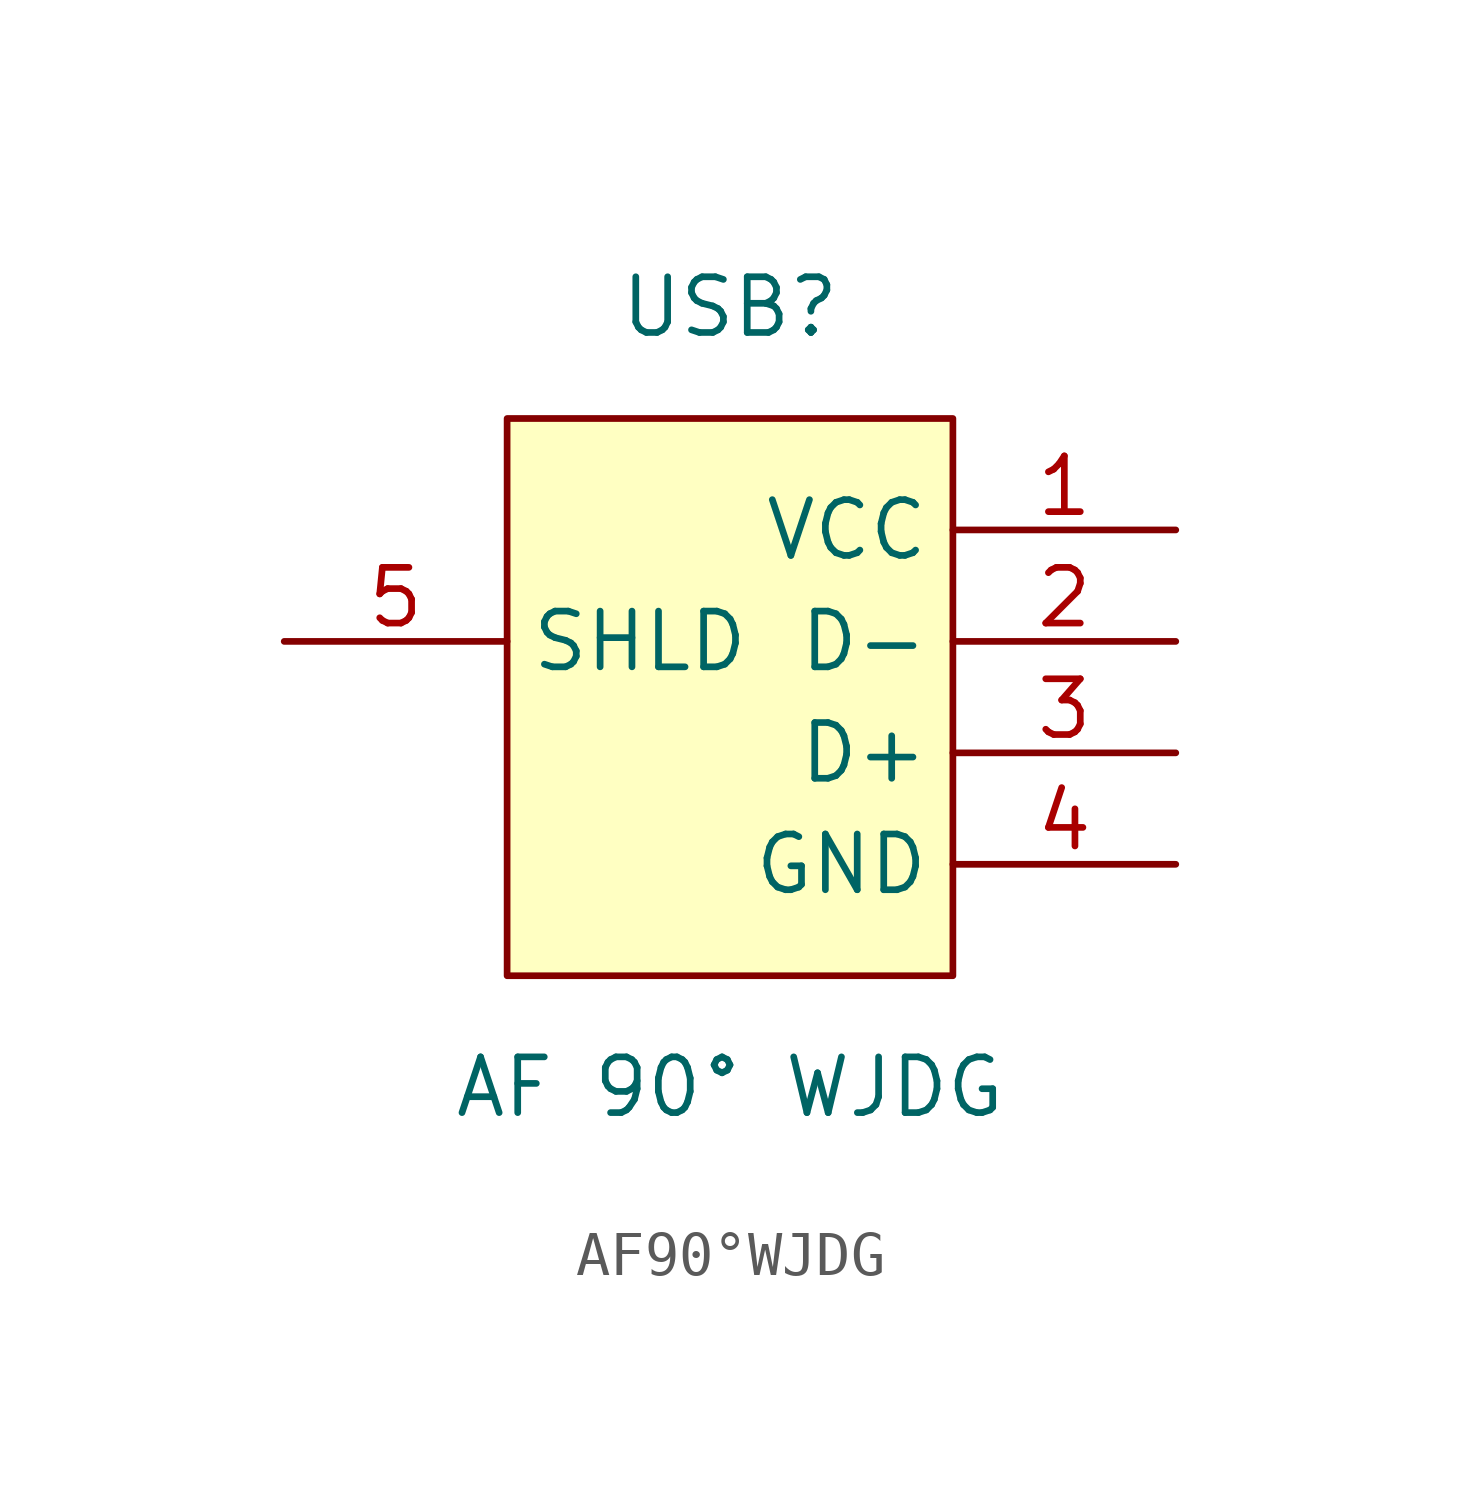
<source format=kicad_sym>
(kicad_symbol_lib
  (version 1)
  (generator "faebryk")
  (symbol "AF90°WJDG"
    (property "Reference" "USB"
      (at 0 7.62 0)
      (effects (font (size 1.27 1.27)) (hide no)))
    (property "Value" "AF 90° WJDG"
      (at 0 -10.16 0)
      (effects (font (size 1.27 1.27)) (hide no)))
    (symbol "AF90°WJDG_0_1"
      (rectangle (start -5.08 5.08) (end 5.08 -7.62) (stroke (width 0) (type default) (color 0 0 0 0)) (fill (type background)))
      (pin unspecified line (at -10.16 0 0) (length 5.08) (name "SHLD" (effects (font (size 1.27 1.27)) (hide no))) (number "5" (effects (font (size 1.27 1.27)) (hide no))))
      (pin input line (at 10.16 -5.08 180) (length 5.08) (name "GND" (effects (font (size 1.27 1.27)) (hide no))) (number "4" (effects (font (size 1.27 1.27)) (hide no))))
      (pin input line (at 10.16 -2.54 180) (length 5.08) (name "D+" (effects (font (size 1.27 1.27)) (hide no))) (number "3" (effects (font (size 1.27 1.27)) (hide no))))
      (pin input line (at 10.16 0 180) (length 5.08) (name "D-" (effects (font (size 1.27 1.27)) (hide no))) (number "2" (effects (font (size 1.27 1.27)) (hide no))))
      (pin input line (at 10.16 2.54 180) (length 5.08) (name "VCC" (effects (font (size 1.27 1.27)) (hide no))) (number "1" (effects (font (size 1.27 1.27)) (hide no)))))))
</source>
